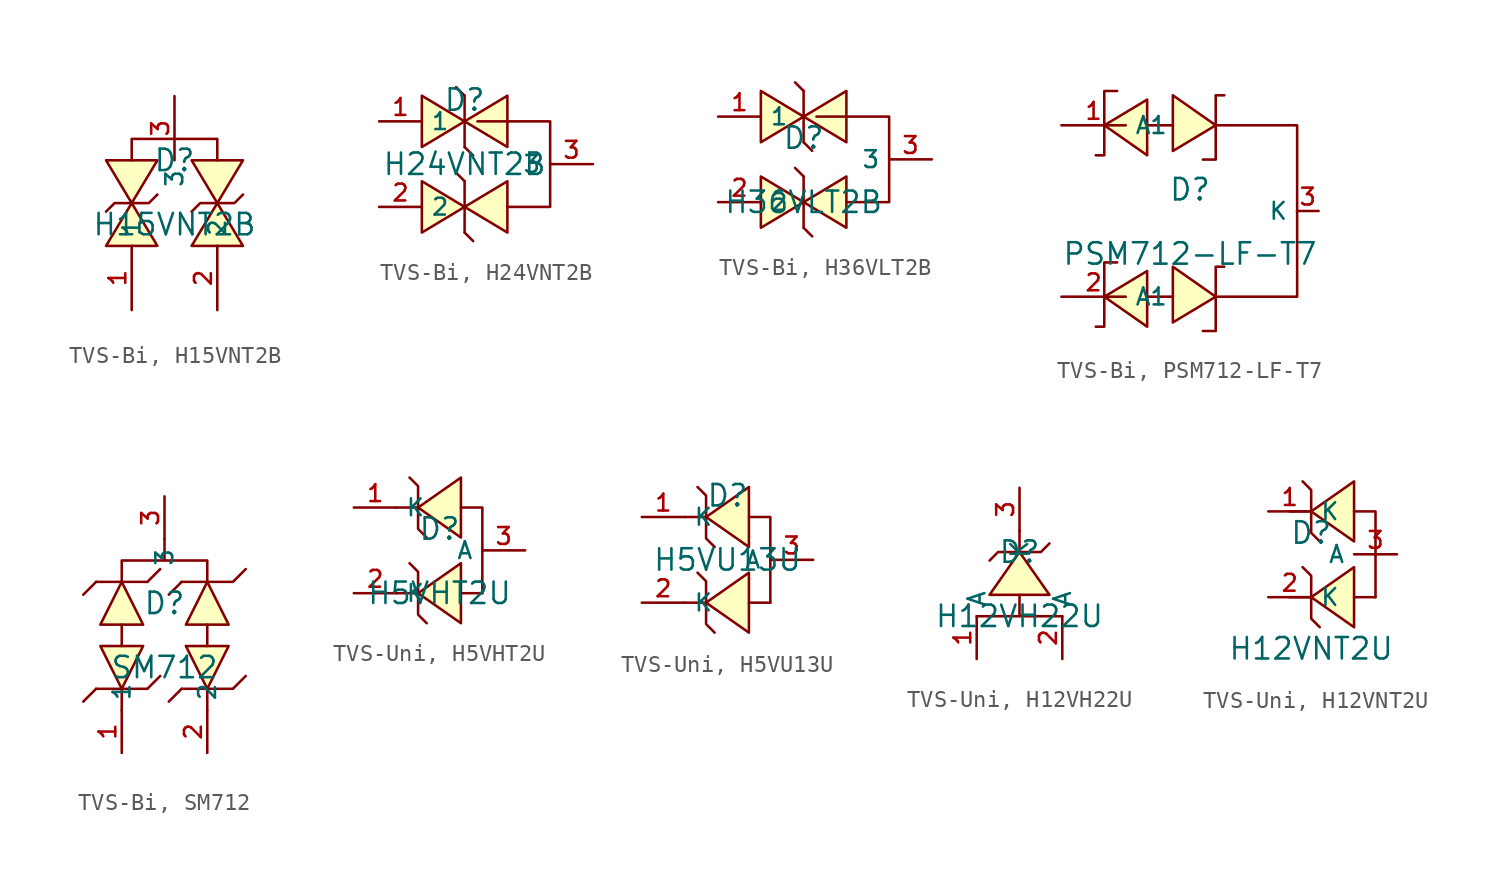
<source format=kicad_sym>
(kicad_symbol_lib
  (version 20231120)
  (generator "kicad_symbol_editor")
  (generator_version "8.0")
  (symbol "TVS-Bi, H15VNT2B"
    (property "Reference" "D"
      (at 0 1.27 0)
      (effects (font (size 1.27 1.27))))
    (property "Value" "H15VNT2B"
      (at 0 -2.54 0)
      (effects (font (size 1.27 1.27))))
    (symbol "TVS-Bi, H15VNT2B_0_1"
      (polyline (pts (xy -2.54 1.27) (xy -2.54 2.54) (xy 0 2.54)) (stroke (width 0) (type default)) (fill (type none)))
      (polyline (pts (xy 2.54 1.27) (xy 2.54 2.54) (xy 0 2.54)) (stroke (width 0) (type default)) (fill (type none)))
      (polyline (pts (xy -4.064 -3.81) (xy -2.54 -1.27) (xy -1.016 -3.81) (xy -4.064 -3.81)) (stroke (width 0) (type default)) (fill (type background)))
      (polyline (pts (xy -4.064 -1.778) (xy -3.556 -1.27) (xy -1.524 -1.27) (xy -1.016 -0.762)) (stroke (width 0) (type default)) (fill (type none)))
      (polyline (pts (xy -1.016 1.27) (xy -2.54 -1.27) (xy -4.064 1.27) (xy -1.016 1.27)) (stroke (width 0) (type default)) (fill (type background)))
      (polyline (pts (xy 1.016 -3.81) (xy 2.54 -1.27) (xy 4.064 -3.81) (xy 1.016 -3.81)) (stroke (width 0) (type default)) (fill (type background)))
      (polyline (pts (xy 1.016 -1.778) (xy 1.524 -1.27) (xy 3.556 -1.27) (xy 4.064 -0.762)) (stroke (width 0) (type default)) (fill (type none)))
      (polyline (pts (xy 1.016 1.27) (xy 2.54 -1.27) (xy 4.064 1.27) (xy 1.016 1.27)) (stroke (width 0) (type default)) (fill (type background)))
      (pin unspecified line (at -2.54 -7.62 90) (length 3.81) (name "1" (effects (font (size 1 1)))) (number "1" (effects (font (size 1 1)))))
      (pin unspecified line (at 2.54 -7.62 90) (length 3.81) (name "2" (effects (font (size 1 1)))) (number "2" (effects (font (size 1 1)))))
      (pin unspecified line (at 0 5.08 270) (length 3.81) (name "3" (effects (font (size 1 1)))) (number "3" (effects (font (size 1 1)))))))
  (symbol "TVS-Bi, H24VNT2B"
    (property "Reference" "D"
      (at 0 1.27 0)
      (effects (font (size 1.27 1.27))))
    (property "Value" "H24VNT2B"
      (at 0 -2.54 0)
      (effects (font (size 1.27 1.27))))
    (symbol "TVS-Bi, H24VNT2B_0_1"
      (polyline (pts (xy 0 -6.604) (xy 0 -3.556)) (stroke (width 0) (type default)) (fill (type none)))
      (polyline (pts (xy 0 -1.524) (xy 0 1.524)) (stroke (width 0) (type default)) (fill (type none)))
      (polyline (pts (xy 0 -6.604) (xy 0.508 -7.112) (xy 0 -6.604)) (stroke (width 0) (type default)) (fill (type none)))
      (polyline (pts (xy 0 -3.556) (xy -0.508 -3.048) (xy 0 -3.556)) (stroke (width 0) (type default)) (fill (type none)))
      (polyline (pts (xy 0 -1.524) (xy 0.508 -2.032) (xy 0 -1.524)) (stroke (width 0) (type default)) (fill (type none)))
      (polyline (pts (xy 0 1.524) (xy -0.508 2.032) (xy 0 1.524)) (stroke (width 0) (type default)) (fill (type none)))
      (polyline (pts (xy -2.54 -3.556) (xy 0 -5.08) (xy -2.54 -6.604) (xy -2.54 -3.556)) (stroke (width 0) (type default)) (fill (type background)))
      (polyline (pts (xy -2.54 1.524) (xy 0 0) (xy -2.54 -1.524) (xy -2.54 1.524)) (stroke (width 0) (type default)) (fill (type background)))
      (polyline (pts (xy 2.54 -3.556) (xy 0 -5.08) (xy 2.54 -6.604) (xy 2.54 -3.556)) (stroke (width 0) (type default)) (fill (type background)))
      (polyline (pts (xy 2.54 1.524) (xy 0 0) (xy 2.54 -1.524) (xy 2.54 1.524)) (stroke (width 0) (type default)) (fill (type background)))
      (polyline (pts (xy 2.54 -5.08) (xy 5.08 -5.08) (xy 5.08 -2.54) (xy 5.08 0) (xy 0.762 0)) (stroke (width 0) (type default)) (fill (type none)))
      (pin unspecified line (at -5.08 0 0) (length 2.54) (name "1" (effects (font (size 1 1)))) (number "1" (effects (font (size 1 1)))))
      (pin unspecified line (at -5.08 -5.08 0) (length 2.54) (name "2" (effects (font (size 1 1)))) (number "2" (effects (font (size 1 1)))))
      (pin unspecified line (at 7.62 -2.54 180) (length 2.54) (name "3" (effects (font (size 1 1)))) (number "3" (effects (font (size 1 1)))))))
  (symbol "TVS-Bi, H36VLT2B"
    (property "Reference" "D"
      (at 0 1.27 0)
      (effects (font (size 1.27 1.27))))
    (property "Value" "H36VLT2B"
      (at 0 -2.54 0)
      (effects (font (size 1.27 1.27))))
    (symbol "TVS-Bi, H36VLT2B_0_1"
      (polyline (pts (xy 0 -4.064) (xy 0 -1.016)) (stroke (width 0) (type default)) (fill (type none)))
      (polyline (pts (xy 0 1.016) (xy 0 4.064)) (stroke (width 0) (type default)) (fill (type none)))
      (polyline (pts (xy 0 -4.064) (xy 0.508 -4.572) (xy 0 -4.064)) (stroke (width 0) (type default)) (fill (type none)))
      (polyline (pts (xy 0 -1.016) (xy -0.508 -0.508) (xy 0 -1.016)) (stroke (width 0) (type default)) (fill (type none)))
      (polyline (pts (xy 0 1.016) (xy 0.508 0.508) (xy 0 1.016)) (stroke (width 0) (type default)) (fill (type none)))
      (polyline (pts (xy 0 4.064) (xy -0.508 4.572) (xy 0 4.064)) (stroke (width 0) (type default)) (fill (type none)))
      (polyline (pts (xy -2.54 -1.016) (xy 0 -2.54) (xy -2.54 -4.064) (xy -2.54 -1.016)) (stroke (width 0) (type default)) (fill (type background)))
      (polyline (pts (xy -2.54 4.064) (xy 0 2.54) (xy -2.54 1.016) (xy -2.54 4.064)) (stroke (width 0) (type default)) (fill (type background)))
      (polyline (pts (xy 2.54 -1.016) (xy 0 -2.54) (xy 2.54 -4.064) (xy 2.54 -1.016)) (stroke (width 0) (type default)) (fill (type background)))
      (polyline (pts (xy 2.54 4.064) (xy 0 2.54) (xy 2.54 1.016) (xy 2.54 4.064)) (stroke (width 0) (type default)) (fill (type background)))
      (polyline (pts (xy 2.54 -2.54) (xy 5.08 -2.54) (xy 5.08 0) (xy 5.08 2.54) (xy 0.762 2.54)) (stroke (width 0) (type default)) (fill (type none)))
      (pin unspecified line (at -5.08 2.54 0) (length 2.54) (name "1" (effects (font (size 1 1)))) (number "1" (effects (font (size 1 1)))))
      (pin unspecified line (at -5.08 -2.54 0) (length 2.54) (name "2" (effects (font (size 1 1)))) (number "2" (effects (font (size 1 1)))))
      (pin unspecified line (at 7.62 0 180) (length 2.54) (name "3" (effects (font (size 1 1)))) (number "3" (effects (font (size 1 1)))))))
  (symbol "TVS-Bi, PSM712-LF-T7"
    (property "Reference" "D"
      (at 0 1.27 0)
      (effects (font (size 1.27 1.27))))
    (property "Value" "PSM712-LF-T7"
      (at 0 -2.54 0)
      (effects (font (size 1.27 1.27))))
    (symbol "TVS-Bi, PSM712-LF-T7_0_1"
      (polyline (pts (xy -2.54 -5.08) (xy -1.016 -5.08)) (stroke (width 0) (type default)) (fill (type none)))
      (polyline (pts (xy -2.54 5.08) (xy -1.016 5.08)) (stroke (width 0) (type default)) (fill (type none)))
      (polyline (pts (xy -5.588 -6.858) (xy -5.08 -6.858) (xy -5.08 -3.048) (xy -4.318 -3.048)) (stroke (width 0) (type default)) (fill (type none)))
      (polyline (pts (xy -5.588 3.302) (xy -5.08 3.302) (xy -5.08 7.112) (xy -4.318 7.112)) (stroke (width 0) (type default)) (fill (type none)))
      (polyline (pts (xy -2.54 -3.556) (xy -5.08 -5.08) (xy -2.54 -6.858) (xy -2.54 -3.556)) (stroke (width 0) (type default)) (fill (type background)))
      (polyline (pts (xy -2.54 6.604) (xy -5.08 5.08) (xy -2.54 3.302) (xy -2.54 6.604)) (stroke (width 0) (type default)) (fill (type background)))
      (polyline (pts (xy -1.016 -6.604) (xy 1.524 -5.08) (xy -1.016 -3.302) (xy -1.016 -6.604)) (stroke (width 0) (type default)) (fill (type background)))
      (polyline (pts (xy -1.016 3.556) (xy 1.524 5.08) (xy -1.016 6.858) (xy -1.016 3.556)) (stroke (width 0) (type default)) (fill (type background)))
      (polyline (pts (xy 1.524 5.08) (xy 6.35 5.08) (xy 6.35 -5.08) (xy 1.524 -5.08)) (stroke (width 0) (type default)) (fill (type none)))
      (polyline (pts (xy 2.032 -3.302) (xy 1.524 -3.302) (xy 1.524 -7.112) (xy 0.762 -7.112)) (stroke (width 0) (type default)) (fill (type none)))
      (polyline (pts (xy 2.032 6.858) (xy 1.524 6.858) (xy 1.524 3.048) (xy 0.762 3.048)) (stroke (width 0) (type default)) (fill (type none)))
      (pin unspecified line (at -7.62 5.08 0) (length 3.81) (name "A1" (effects (font (size 1 1)))) (number "1" (effects (font (size 1 1)))))
      (pin unspecified line (at -7.62 -5.08 0) (length 3.81) (name "A1" (effects (font (size 1 1)))) (number "2" (effects (font (size 1 1))))))
    (symbol "TVS-Bi, PSM712-LF-T7_1_1"
      (pin unspecified line (at 7.62 0 180) (length 1.28) (name "K" (effects (font (size 1 1)))) (number "3" (effects (font (size 1 1)))))))
  (symbol "TVS-Bi, SM712"
    (property "Reference" "D"
      (at 0 1.27 0)
      (effects (font (size 1.27 1.27))))
    (property "Value" "SM712"
      (at 0 -2.54 0)
      (effects (font (size 1.27 1.27))))
    (symbol "TVS-Bi, SM712_0_1"
      (polyline (pts (xy -4.826 -4.572) (xy -4.064 -3.81)) (stroke (width 0) (type default)) (fill (type none)))
      (polyline (pts (xy -4.064 2.54) (xy -4.826 1.778)) (stroke (width 0) (type default)) (fill (type none)))
      (polyline (pts (xy -4.064 2.54) (xy -1.016 2.54)) (stroke (width 0) (type default)) (fill (type none)))
      (polyline (pts (xy -2.54 -3.81) (xy -2.54 -5.08)) (stroke (width 0) (type default)) (fill (type none)))
      (polyline (pts (xy -2.54 0) (xy -2.54 -1.27)) (stroke (width 0) (type default)) (fill (type none)))
      (polyline (pts (xy -1.016 -3.81) (xy -4.064 -3.81)) (stroke (width 0) (type default)) (fill (type none)))
      (polyline (pts (xy -1.016 -3.81) (xy -0.254 -3.048)) (stroke (width 0) (type default)) (fill (type none)))
      (polyline (pts (xy -0.254 3.302) (xy -1.016 2.54)) (stroke (width 0) (type default)) (fill (type none)))
      (polyline (pts (xy 0 5.08) (xy 0 3.81)) (stroke (width 0) (type default)) (fill (type none)))
      (polyline (pts (xy 0.254 -4.572) (xy 1.016 -3.81)) (stroke (width 0) (type default)) (fill (type none)))
      (polyline (pts (xy 1.016 2.54) (xy 0.254 1.778)) (stroke (width 0) (type default)) (fill (type none)))
      (polyline (pts (xy 1.016 2.54) (xy 4.064 2.54)) (stroke (width 0) (type default)) (fill (type none)))
      (polyline (pts (xy 2.54 -3.81) (xy 2.54 -5.08)) (stroke (width 0) (type default)) (fill (type none)))
      (polyline (pts (xy 2.54 0) (xy 2.54 -1.27)) (stroke (width 0) (type default)) (fill (type none)))
      (polyline (pts (xy 4.064 -3.81) (xy 1.016 -3.81)) (stroke (width 0) (type default)) (fill (type none)))
      (polyline (pts (xy 4.064 -3.81) (xy 4.826 -3.048)) (stroke (width 0) (type default)) (fill (type none)))
      (polyline (pts (xy 4.826 3.302) (xy 4.064 2.54)) (stroke (width 0) (type default)) (fill (type none)))
      (polyline (pts (xy -3.81 0) (xy -2.54 2.54) (xy -1.27 0) (xy -3.81 0)) (stroke (width 0) (type default)) (fill (type background)))
      (polyline (pts (xy -2.54 2.54) (xy -2.54 3.81) (xy 2.54 3.81) (xy 2.54 2.54)) (stroke (width 0) (type default)) (fill (type none)))
      (polyline (pts (xy -1.27 -1.27) (xy -2.54 -3.81) (xy -3.81 -1.27) (xy -1.27 -1.27)) (stroke (width 0) (type default)) (fill (type background)))
      (polyline (pts (xy 1.27 0) (xy 2.54 2.54) (xy 3.81 0) (xy 1.27 0)) (stroke (width 0) (type default)) (fill (type background)))
      (polyline (pts (xy 3.81 -1.27) (xy 2.54 -3.81) (xy 1.27 -1.27) (xy 3.81 -1.27)) (stroke (width 0) (type default)) (fill (type background)))
      (pin unspecified line (at -2.54 -7.62 90) (length 2.54) (name "1" (effects (font (size 1 1)))) (number "1" (effects (font (size 1 1)))))
      (pin unspecified line (at 2.54 -7.62 90) (length 2.54) (name "2" (effects (font (size 1 1)))) (number "2" (effects (font (size 1 1)))))
      (pin unspecified line (at 0 7.62 270) (length 2.54) (name "3" (effects (font (size 1 1)))) (number "3" (effects (font (size 1 1)))))))
  (symbol "TVS-Uni, H5VHT2U"
    (property "Reference" "D"
      (at 0 1.27 0)
      (effects (font (size 1.27 1.27))))
    (property "Value" "H5VHT2U"
      (at 0 -2.54 0)
      (effects (font (size 1.27 1.27))))
    (symbol "TVS-Uni, H5VHT2U_0_1"
      (polyline (pts (xy -1.27 -2.54) (xy -2.54 -2.54)) (stroke (width 0) (type default)) (fill (type none)))
      (polyline (pts (xy -1.27 2.54) (xy -2.54 2.54)) (stroke (width 0) (type default)) (fill (type none)))
      (polyline (pts (xy 2.54 -2.54) (xy 1.27 -2.54)) (stroke (width 0) (type default)) (fill (type none)))
      (polyline (pts (xy 2.54 -2.54) (xy 2.54 2.54) (xy 1.27 2.54)) (stroke (width 0) (type default)) (fill (type none)))
      (polyline (pts (xy -1.778 -0.762) (xy -1.27 -1.27) (xy -1.27 -3.81) (xy -0.762 -4.318)) (stroke (width 0) (type default)) (fill (type none)))
      (polyline (pts (xy -1.778 4.318) (xy -1.27 3.81) (xy -1.27 1.27) (xy -0.762 0.762)) (stroke (width 0) (type default)) (fill (type none)))
      (polyline (pts (xy 1.27 -0.762) (xy -1.27 -2.54) (xy 1.27 -4.318) (xy 1.27 -0.762)) (stroke (width 0) (type default)) (fill (type background)))
      (polyline (pts (xy 1.27 4.318) (xy -1.27 2.54) (xy 1.27 0.762) (xy 1.27 4.318)) (stroke (width 0) (type default)) (fill (type background)))
      (pin unspecified line (at -5.08 2.54 0) (length 2.54) (name "K" (effects (font (size 1 1)))) (number "1" (effects (font (size 1 1)))))
      (pin unspecified line (at -5.08 -2.54 0) (length 2.54) (name "K" (effects (font (size 1 1)))) (number "2" (effects (font (size 1 1)))))
      (pin unspecified line (at 5.08 0 180) (length 2.54) (name "A" (effects (font (size 1 1)))) (number "3" (effects (font (size 1 1)))))))
  (symbol "TVS-Uni, H5VU13U"
    (property "Reference" "D"
      (at 0 1.27 0)
      (effects (font (size 1.27 1.27))))
    (property "Value" "H5VU13U"
      (at 0 -2.54 0)
      (effects (font (size 1.27 1.27))))
    (symbol "TVS-Uni, H5VU13U_0_1"
      (polyline (pts (xy -1.27 -5.08) (xy -2.54 -5.08)) (stroke (width 0) (type default)) (fill (type none)))
      (polyline (pts (xy -1.27 0) (xy -2.54 0)) (stroke (width 0) (type default)) (fill (type none)))
      (polyline (pts (xy 2.54 -5.08) (xy 1.27 -5.08)) (stroke (width 0) (type default)) (fill (type none)))
      (polyline (pts (xy 2.54 -5.08) (xy 2.54 0) (xy 1.27 0)) (stroke (width 0) (type default)) (fill (type none)))
      (polyline (pts (xy -1.778 -3.302) (xy -1.27 -3.81) (xy -1.27 -6.35) (xy -0.762 -6.858)) (stroke (width 0) (type default)) (fill (type none)))
      (polyline (pts (xy -1.778 1.778) (xy -1.27 1.27) (xy -1.27 -1.27) (xy -0.762 -1.778)) (stroke (width 0) (type default)) (fill (type none)))
      (polyline (pts (xy 1.27 -3.302) (xy -1.27 -5.08) (xy 1.27 -6.858) (xy 1.27 -3.302)) (stroke (width 0) (type default)) (fill (type background)))
      (polyline (pts (xy 1.27 1.778) (xy -1.27 0) (xy 1.27 -1.778) (xy 1.27 1.778)) (stroke (width 0) (type default)) (fill (type background)))
      (pin unspecified line (at -5.08 0 0) (length 2.54) (name "K" (effects (font (size 1 1)))) (number "1" (effects (font (size 1 1)))))
      (pin unspecified line (at -5.08 -5.08 0) (length 2.54) (name "K" (effects (font (size 1 1)))) (number "2" (effects (font (size 1 1)))))
      (pin unspecified line (at 5.08 -2.54 180) (length 2.54) (name "A" (effects (font (size 1 1)))) (number "3" (effects (font (size 1 1)))))))
  (symbol "TVS-Uni, H12VH22U"
    (property "Reference" "D"
      (at 0 1.27 0)
      (effects (font (size 1.27 1.27))))
    (property "Value" "H12VH22U"
      (at 0 -2.54 0)
      (effects (font (size 1.27 1.27))))
    (symbol "TVS-Uni, H12VH22U_0_1"
      (polyline (pts (xy 0 1.27) (xy 0 2.54)) (stroke (width 0) (type default)) (fill (type none)))
      (polyline (pts (xy -2.54 -2.54) (xy 2.54 -2.54) (xy 0 -2.54) (xy 0 -1.27)) (stroke (width 0) (type default)) (fill (type none)))
      (polyline (pts (xy 1.778 -1.27) (xy 0 1.27) (xy -1.778 -1.27) (xy 1.778 -1.27)) (stroke (width 0) (type default)) (fill (type background)))
      (polyline (pts (xy 1.778 1.778) (xy 1.27 1.27) (xy -1.27 1.27) (xy -1.778 0.762)) (stroke (width 0) (type default)) (fill (type none)))
      (pin unspecified line (at -2.54 -5.08 90) (length 2.54) (name "A" (effects (font (size 1 1)))) (number "1" (effects (font (size 1 1)))))
      (pin unspecified line (at 2.54 -5.08 90) (length 2.54) (name "A" (effects (font (size 1 1)))) (number "2" (effects (font (size 1 1)))))
      (pin unspecified line (at 0 5.08 270) (length 2.54) (name "K" (effects (font (size 1 1)))) (number "3" (effects (font (size 1 1)))))))
  (symbol "TVS-Uni, H12VNT2U"
    (property "Reference" "D"
      (at 0 1.27 0)
      (effects (font (size 1.27 1.27))))
    (property "Value" "H12VNT2U"
      (at 0 -5.588 0)
      (effects (font (size 1.27 1.27))))
    (symbol "TVS-Uni, H12VNT2U_0_1"
      (polyline (pts (xy 0 -2.54) (xy -1.27 -2.54)) (stroke (width 0) (type default)) (fill (type none)))
      (polyline (pts (xy 0 2.54) (xy -1.27 2.54)) (stroke (width 0) (type default)) (fill (type none)))
      (polyline (pts (xy 3.81 -2.54) (xy 2.54 -2.54)) (stroke (width 0) (type default)) (fill (type none)))
      (polyline (pts (xy 3.81 -2.54) (xy 3.81 2.54) (xy 2.54 2.54)) (stroke (width 0) (type default)) (fill (type none)))
      (polyline (pts (xy -0.508 -0.762) (xy 0 -1.27) (xy 0 -3.81) (xy 0.508 -4.318)) (stroke (width 0) (type default)) (fill (type none)))
      (polyline (pts (xy -0.508 4.318) (xy 0 3.81) (xy 0 1.27) (xy 0.508 0.762)) (stroke (width 0) (type default)) (fill (type none)))
      (polyline (pts (xy 2.54 -0.762) (xy 0 -2.54) (xy 2.54 -4.318) (xy 2.54 -0.762)) (stroke (width 0) (type default)) (fill (type background)))
      (polyline (pts (xy 2.54 4.318) (xy 0 2.54) (xy 2.54 0.762) (xy 2.54 4.318)) (stroke (width 0) (type default)) (fill (type background)))
      (pin unspecified line (at -2.54 2.54 0) (length 2.54) (name "K" (effects (font (size 1 1)))) (number "1" (effects (font (size 1 1)))))
      (pin unspecified line (at -2.54 -2.54 0) (length 2.54) (name "K" (effects (font (size 1 1)))) (number "2" (effects (font (size 1 1)))))
      (pin unspecified line (at 5.08 0 180) (length 2.54) (name "A" (effects (font (size 1 1)))) (number "3" (effects (font (size 1 1))))))))
</source>
